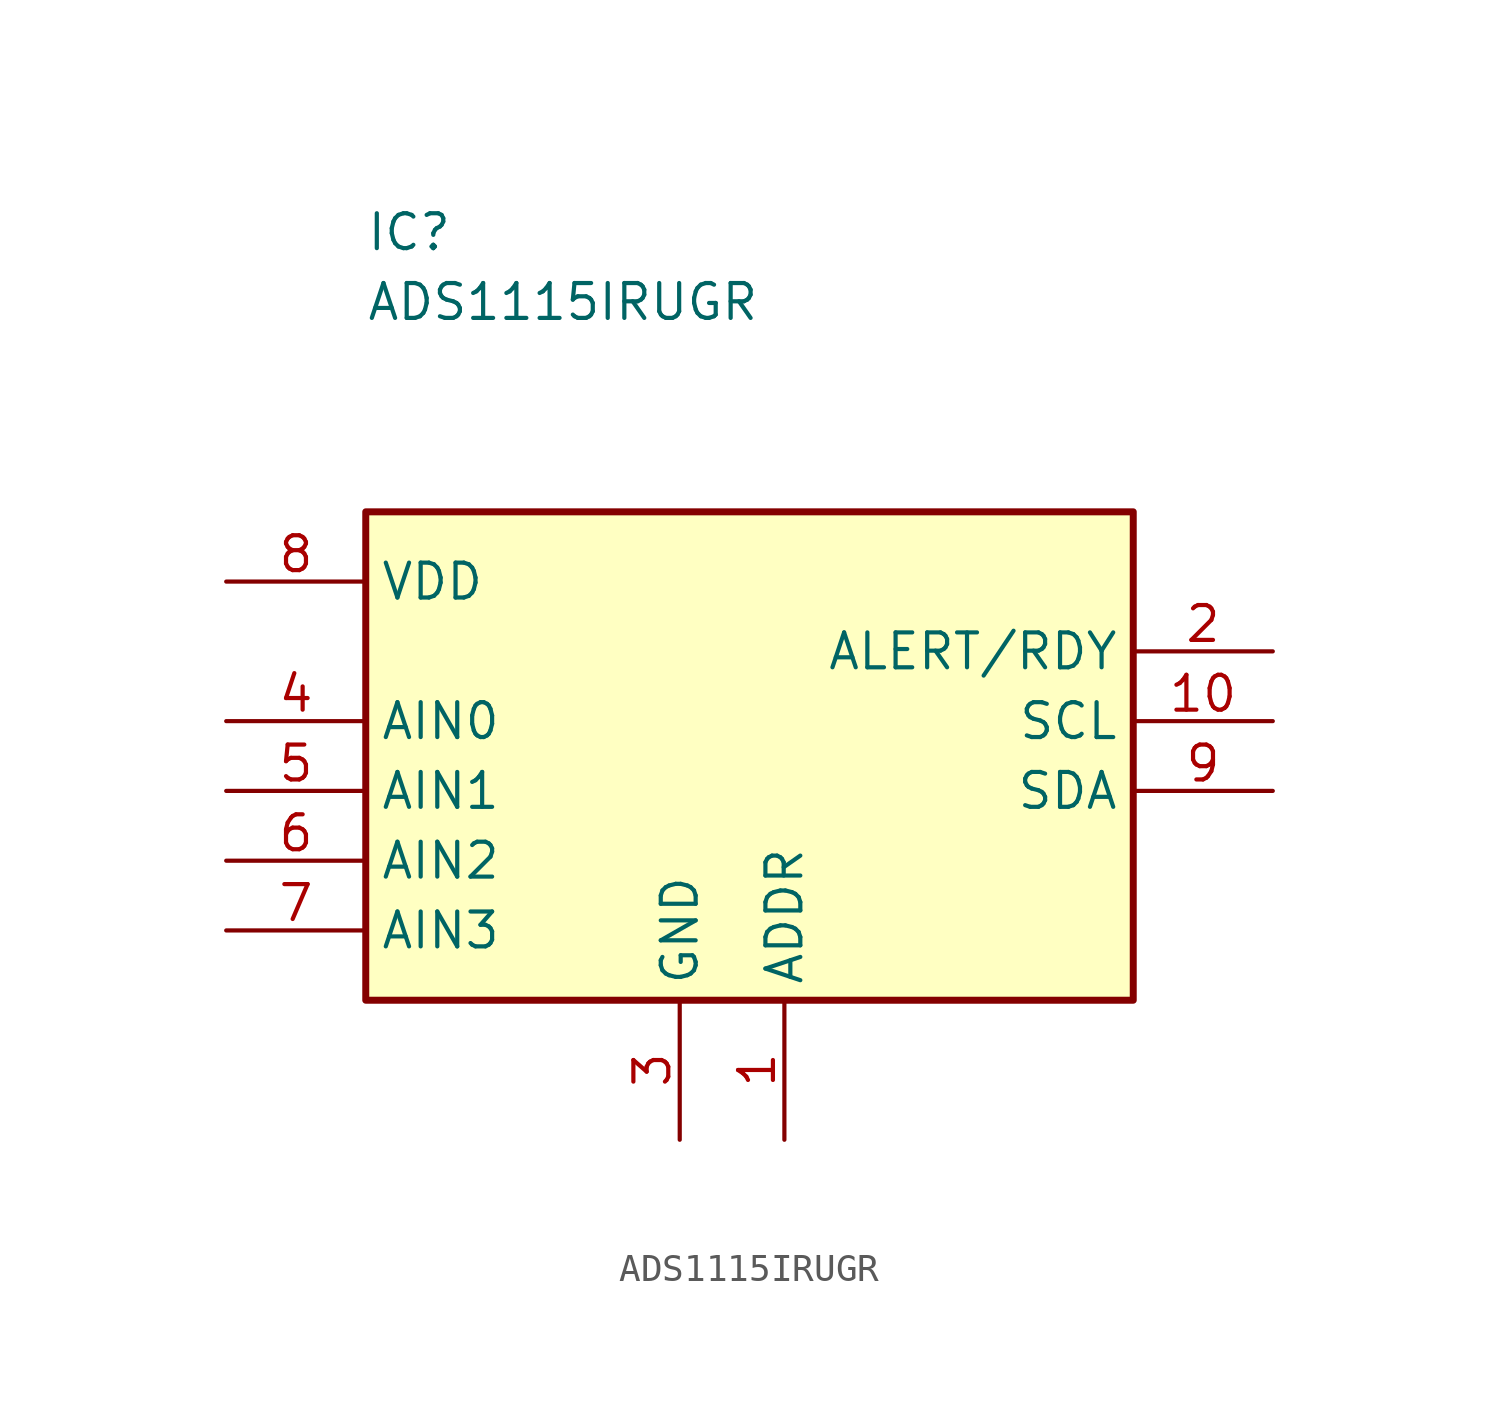
<source format=kicad_sym>
(kicad_symbol_lib
  (version 20231120)
  (generator "kicad_symbol_editor")
  (generator_version "8.0")
  (symbol "ADS1115IRUGR"
    (property "Reference" "IC"
      (at 0 18.542 0)
      (effects (font (size 1.27 1.27)) (justify left top)))
    (property "Value" "ADS1115IRUGR"
      (at 0 16.002 0)
      (effects (font (size 1.27 1.27)) (justify left top)))
    (symbol "ADS1115IRUGR_1_1"
      (rectangle (start 27.94 7.62) (end 0 -10.16) (stroke (width 0.254) (type default)) (fill (type background)))
      (pin passive line (at 15.24 -15.24 90) (length 5.08) (name "ADDR" (effects (font (size 1.27 1.27)))) (number "1" (effects (font (size 1.27 1.27)))))
      (pin passive line (at 33.02 0 180) (length 5.08) (name "SCL" (effects (font (size 1.27 1.27)))) (number "10" (effects (font (size 1.27 1.27)))))
      (pin passive line (at 33.02 2.54 180) (length 5.08) (name "ALERT/RDY" (effects (font (size 1.27 1.27)))) (number "2" (effects (font (size 1.27 1.27)))))
      (pin passive line (at 11.43 -15.24 90) (length 5.08) (name "GND" (effects (font (size 1.27 1.27)))) (number "3" (effects (font (size 1.27 1.27)))))
      (pin passive line (at -5.08 0 0) (length 5.08) (name "AIN0" (effects (font (size 1.27 1.27)))) (number "4" (effects (font (size 1.27 1.27)))))
      (pin passive line (at -5.08 -2.54 0) (length 5.08) (name "AIN1" (effects (font (size 1.27 1.27)))) (number "5" (effects (font (size 1.27 1.27)))))
      (pin passive line (at -5.08 -5.08 0) (length 5.08) (name "AIN2" (effects (font (size 1.27 1.27)))) (number "6" (effects (font (size 1.27 1.27)))))
      (pin passive line (at -5.08 -7.62 0) (length 5.08) (name "AIN3" (effects (font (size 1.27 1.27)))) (number "7" (effects (font (size 1.27 1.27)))))
      (pin passive line (at -5.08 5.08 0) (length 5.08) (name "VDD" (effects (font (size 1.27 1.27)))) (number "8" (effects (font (size 1.27 1.27)))))
      (pin passive line (at 33.02 -2.54 180) (length 5.08) (name "SDA" (effects (font (size 1.27 1.27)))) (number "9" (effects (font (size 1.27 1.27))))))))
</source>
